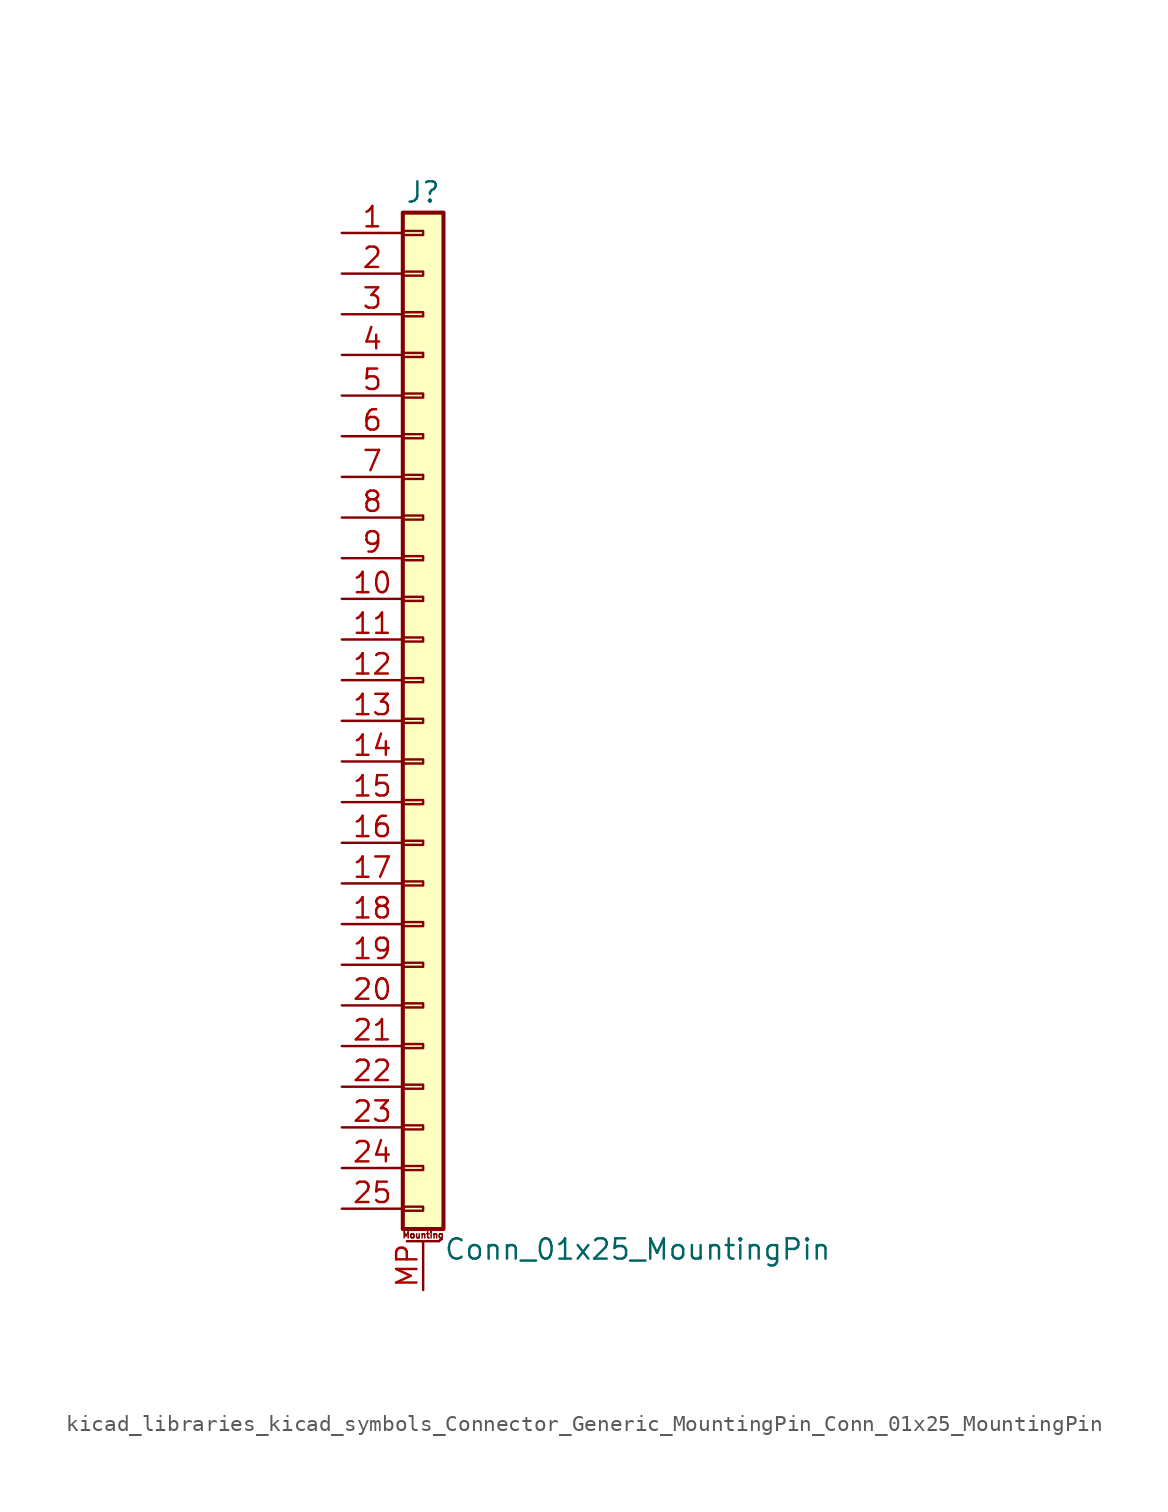
<source format=kicad_sym>
(kicad_symbol_lib
  (version 20220914)
  (generator kicad_symbol_editor)
  (symbol "kicad_libraries_kicad_symbols_Connector_Generic_MountingPin_Conn_01x25_MountingPin"
    (pin_names
      (offset 1.016) hide)
    (property "Reference" "J"
      (at 0 33.02 0)
      (effects (font (size 1.27 1.27))))
    (property "Value" "Conn_01x25_MountingPin"
      (at 1.27 -33.02 0)
      (effects (font (size 1.27 1.27)) (justify left)))
    (symbol "kicad_libraries_kicad_symbols_Connector_Generic_MountingPin_Conn_01x25_MountingPin_1_1"
      (rectangle (start -1.27 -30.353) (end 0 -30.607) (stroke (width 0.152) (type default)) (fill (type none)))
      (rectangle (start -1.27 -27.813) (end 0 -28.067) (stroke (width 0.152) (type default)) (fill (type none)))
      (rectangle (start -1.27 -25.273) (end 0 -25.527) (stroke (width 0.152) (type default)) (fill (type none)))
      (rectangle (start -1.27 -22.733) (end 0 -22.987) (stroke (width 0.152) (type default)) (fill (type none)))
      (rectangle (start -1.27 -20.193) (end 0 -20.447) (stroke (width 0.152) (type default)) (fill (type none)))
      (rectangle (start -1.27 -17.653) (end 0 -17.907) (stroke (width 0.152) (type default)) (fill (type none)))
      (rectangle (start -1.27 -15.113) (end 0 -15.367) (stroke (width 0.152) (type default)) (fill (type none)))
      (rectangle (start -1.27 -12.573) (end 0 -12.827) (stroke (width 0.152) (type default)) (fill (type none)))
      (rectangle (start -1.27 -10.033) (end 0 -10.287) (stroke (width 0.152) (type default)) (fill (type none)))
      (rectangle (start -1.27 -7.493) (end 0 -7.747) (stroke (width 0.152) (type default)) (fill (type none)))
      (rectangle (start -1.27 -4.953) (end 0 -5.207) (stroke (width 0.152) (type default)) (fill (type none)))
      (rectangle (start -1.27 -2.413) (end 0 -2.667) (stroke (width 0.152) (type default)) (fill (type none)))
      (rectangle (start -1.27 0.127) (end 0 -0.127) (stroke (width 0.152) (type default)) (fill (type none)))
      (rectangle (start -1.27 2.667) (end 0 2.413) (stroke (width 0.152) (type default)) (fill (type none)))
      (rectangle (start -1.27 5.207) (end 0 4.953) (stroke (width 0.152) (type default)) (fill (type none)))
      (rectangle (start -1.27 7.747) (end 0 7.493) (stroke (width 0.152) (type default)) (fill (type none)))
      (rectangle (start -1.27 10.287) (end 0 10.033) (stroke (width 0.152) (type default)) (fill (type none)))
      (rectangle (start -1.27 12.827) (end 0 12.573) (stroke (width 0.152) (type default)) (fill (type none)))
      (rectangle (start -1.27 15.367) (end 0 15.113) (stroke (width 0.152) (type default)) (fill (type none)))
      (rectangle (start -1.27 17.907) (end 0 17.653) (stroke (width 0.152) (type default)) (fill (type none)))
      (rectangle (start -1.27 20.447) (end 0 20.193) (stroke (width 0.152) (type default)) (fill (type none)))
      (rectangle (start -1.27 22.987) (end 0 22.733) (stroke (width 0.152) (type default)) (fill (type none)))
      (rectangle (start -1.27 25.527) (end 0 25.273) (stroke (width 0.152) (type default)) (fill (type none)))
      (rectangle (start -1.27 28.067) (end 0 27.813) (stroke (width 0.152) (type default)) (fill (type none)))
      (rectangle (start -1.27 30.607) (end 0 30.353) (stroke (width 0.152) (type default)) (fill (type none)))
      (rectangle (start -1.27 31.75) (end 1.27 -31.75) (stroke (width 0.254) (type default)) (fill (type background)))
      (polyline (pts (xy -1.016 -32.512) (xy 1.016 -32.512)) (stroke (width 0.152) (type default)) (fill (type none)))
      (text "Mounting" (at 0 -32.131 0) (effects (font (size 0.381 0.381))))
      (pin passive line (at -5.08 30.48 0) (length 3.81) (name "Pin_1" (effects (font (size 1.27 1.27)))) (number "1" (effects (font (size 1.27 1.27)))))
      (pin passive line (at -5.08 7.62 0) (length 3.81) (name "Pin_10" (effects (font (size 1.27 1.27)))) (number "10" (effects (font (size 1.27 1.27)))))
      (pin passive line (at -5.08 5.08 0) (length 3.81) (name "Pin_11" (effects (font (size 1.27 1.27)))) (number "11" (effects (font (size 1.27 1.27)))))
      (pin passive line (at -5.08 2.54 0) (length 3.81) (name "Pin_12" (effects (font (size 1.27 1.27)))) (number "12" (effects (font (size 1.27 1.27)))))
      (pin passive line (at -5.08 0 0) (length 3.81) (name "Pin_13" (effects (font (size 1.27 1.27)))) (number "13" (effects (font (size 1.27 1.27)))))
      (pin passive line (at -5.08 -2.54 0) (length 3.81) (name "Pin_14" (effects (font (size 1.27 1.27)))) (number "14" (effects (font (size 1.27 1.27)))))
      (pin passive line (at -5.08 -5.08 0) (length 3.81) (name "Pin_15" (effects (font (size 1.27 1.27)))) (number "15" (effects (font (size 1.27 1.27)))))
      (pin passive line (at -5.08 -7.62 0) (length 3.81) (name "Pin_16" (effects (font (size 1.27 1.27)))) (number "16" (effects (font (size 1.27 1.27)))))
      (pin passive line (at -5.08 -10.16 0) (length 3.81) (name "Pin_17" (effects (font (size 1.27 1.27)))) (number "17" (effects (font (size 1.27 1.27)))))
      (pin passive line (at -5.08 -12.7 0) (length 3.81) (name "Pin_18" (effects (font (size 1.27 1.27)))) (number "18" (effects (font (size 1.27 1.27)))))
      (pin passive line (at -5.08 -15.24 0) (length 3.81) (name "Pin_19" (effects (font (size 1.27 1.27)))) (number "19" (effects (font (size 1.27 1.27)))))
      (pin passive line (at -5.08 27.94 0) (length 3.81) (name "Pin_2" (effects (font (size 1.27 1.27)))) (number "2" (effects (font (size 1.27 1.27)))))
      (pin passive line (at -5.08 -17.78 0) (length 3.81) (name "Pin_20" (effects (font (size 1.27 1.27)))) (number "20" (effects (font (size 1.27 1.27)))))
      (pin passive line (at -5.08 -20.32 0) (length 3.81) (name "Pin_21" (effects (font (size 1.27 1.27)))) (number "21" (effects (font (size 1.27 1.27)))))
      (pin passive line (at -5.08 -22.86 0) (length 3.81) (name "Pin_22" (effects (font (size 1.27 1.27)))) (number "22" (effects (font (size 1.27 1.27)))))
      (pin passive line (at -5.08 -25.4 0) (length 3.81) (name "Pin_23" (effects (font (size 1.27 1.27)))) (number "23" (effects (font (size 1.27 1.27)))))
      (pin passive line (at -5.08 -27.94 0) (length 3.81) (name "Pin_24" (effects (font (size 1.27 1.27)))) (number "24" (effects (font (size 1.27 1.27)))))
      (pin passive line (at -5.08 -30.48 0) (length 3.81) (name "Pin_25" (effects (font (size 1.27 1.27)))) (number "25" (effects (font (size 1.27 1.27)))))
      (pin passive line (at -5.08 25.4 0) (length 3.81) (name "Pin_3" (effects (font (size 1.27 1.27)))) (number "3" (effects (font (size 1.27 1.27)))))
      (pin passive line (at -5.08 22.86 0) (length 3.81) (name "Pin_4" (effects (font (size 1.27 1.27)))) (number "4" (effects (font (size 1.27 1.27)))))
      (pin passive line (at -5.08 20.32 0) (length 3.81) (name "Pin_5" (effects (font (size 1.27 1.27)))) (number "5" (effects (font (size 1.27 1.27)))))
      (pin passive line (at -5.08 17.78 0) (length 3.81) (name "Pin_6" (effects (font (size 1.27 1.27)))) (number "6" (effects (font (size 1.27 1.27)))))
      (pin passive line (at -5.08 15.24 0) (length 3.81) (name "Pin_7" (effects (font (size 1.27 1.27)))) (number "7" (effects (font (size 1.27 1.27)))))
      (pin passive line (at -5.08 12.7 0) (length 3.81) (name "Pin_8" (effects (font (size 1.27 1.27)))) (number "8" (effects (font (size 1.27 1.27)))))
      (pin passive line (at -5.08 10.16 0) (length 3.81) (name "Pin_9" (effects (font (size 1.27 1.27)))) (number "9" (effects (font (size 1.27 1.27)))))
      (pin passive line (at 0 -35.56 90) (length 3.048) (name "MountPin" (effects (font (size 1.27 1.27)))) (number "MP" (effects (font (size 1.27 1.27))))))))
</source>
